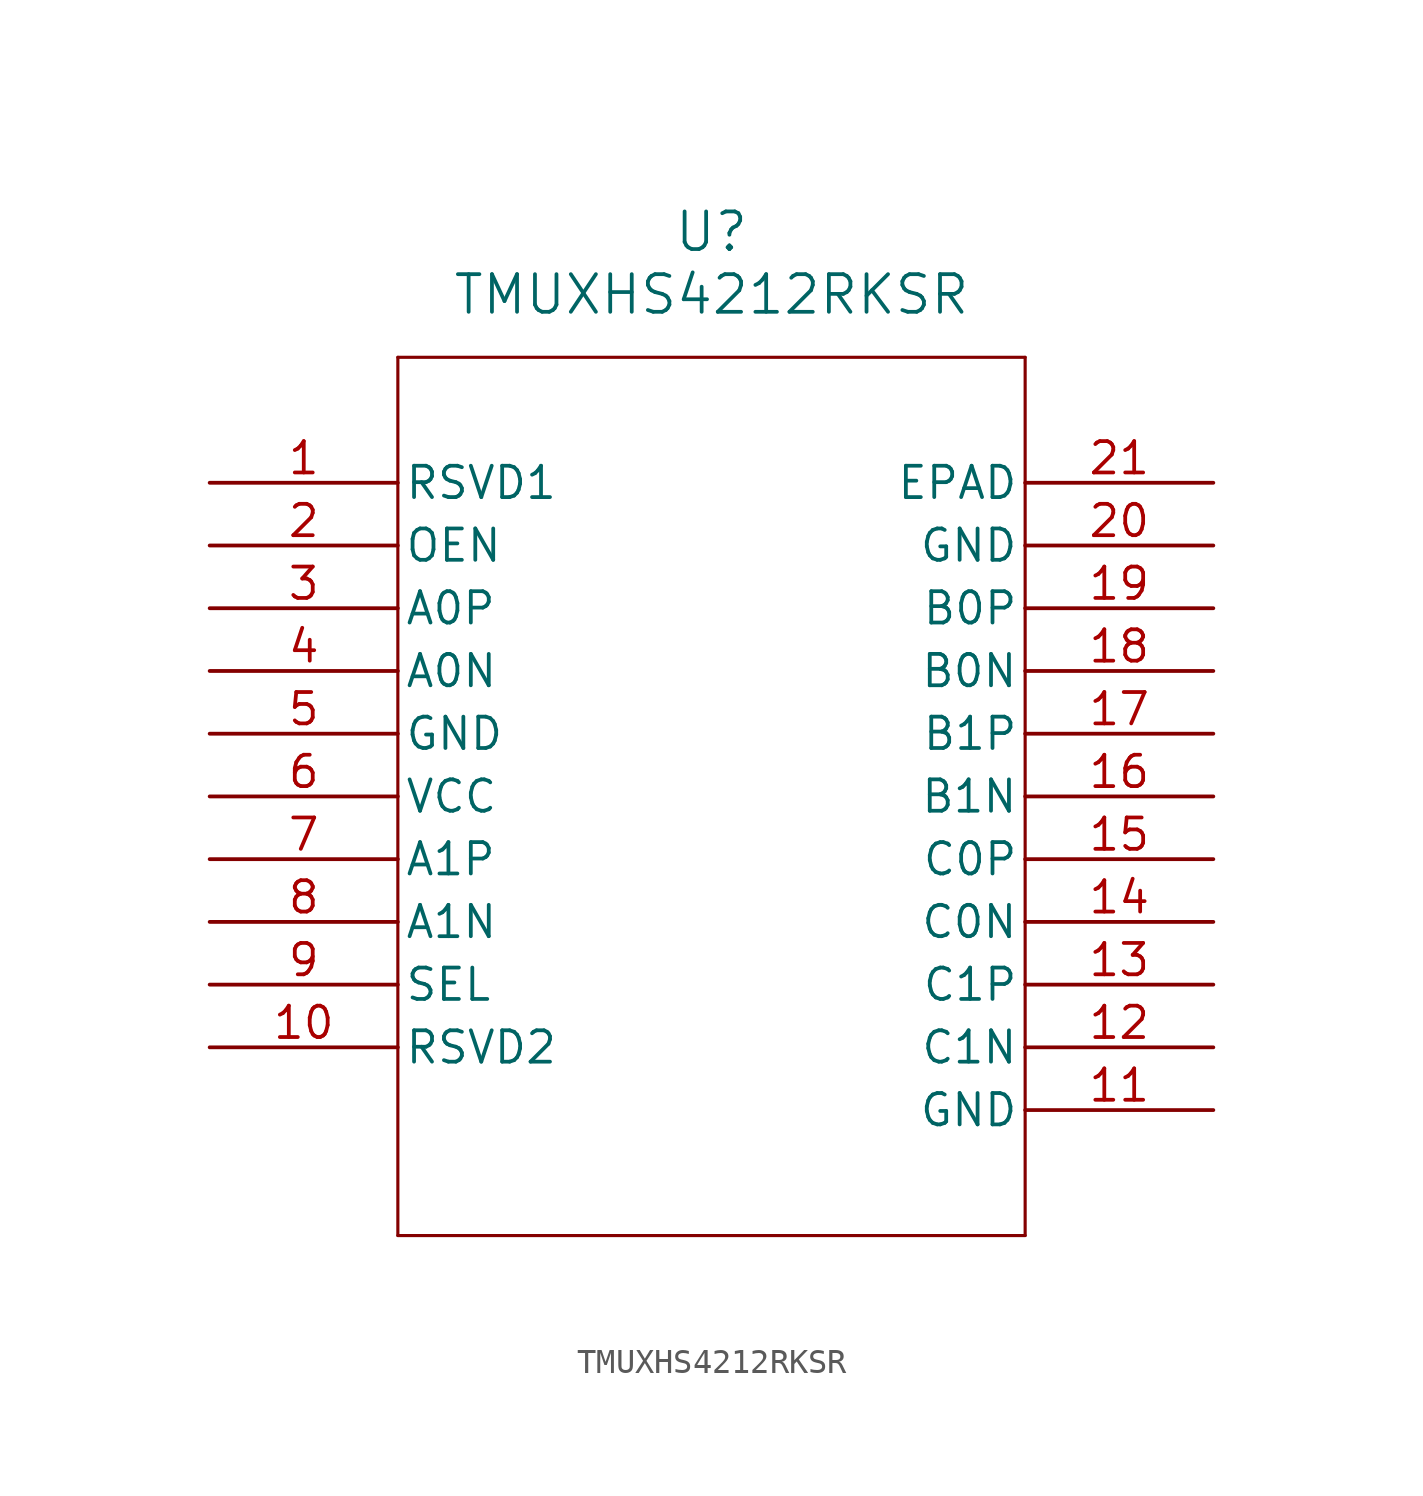
<source format=kicad_sym>
(kicad_symbol_lib
  (version 20211014)
  (generator kicad_symbol_editor)
  (symbol "TMUXHS4212RKSR"
    (pin_names
      (offset 0.254))
    (property "Reference" "U"
      (at 20.32 10.16 0)
      (effects (font (size 1.524 1.524))))
    (property "Value" "TMUXHS4212RKSR"
      (at 20.32 7.62 0)
      (effects (font (size 1.524 1.524))))
    (symbol "TMUXHS4212RKSR_0_1"
      (polyline (pts (xy 7.62 5.08) (xy 7.62 -30.48)) (stroke (width 0.127) (type default) (color 0 0 0 0)) (fill (type none)))
      (polyline (pts (xy 7.62 -30.48) (xy 33.02 -30.48)) (stroke (width 0.127) (type default) (color 0 0 0 0)) (fill (type none)))
      (polyline (pts (xy 33.02 -30.48) (xy 33.02 5.08)) (stroke (width 0.127) (type default) (color 0 0 0 0)) (fill (type none)))
      (polyline (pts (xy 33.02 5.08) (xy 7.62 5.08)) (stroke (width 0.127) (type default) (color 0 0 0 0)) (fill (type none)))
      (pin bidirectional line (at 0 0 0) (length 7.62) (name "RSVD1" (effects (font (size 1.27 1.27)))) (number "1" (effects (font (size 1.27 1.27)))))
      (pin input line (at 0 -2.54 0) (length 7.62) (name "OEN" (effects (font (size 1.27 1.27)))) (number "2" (effects (font (size 1.27 1.27)))))
      (pin bidirectional line (at 0 -5.08 0) (length 7.62) (name "A0P" (effects (font (size 1.27 1.27)))) (number "3" (effects (font (size 1.27 1.27)))))
      (pin bidirectional line (at 0 -7.62 0) (length 7.62) (name "A0N" (effects (font (size 1.27 1.27)))) (number "4" (effects (font (size 1.27 1.27)))))
      (pin power_out line (at 0 -10.16 0) (length 7.62) (name "GND" (effects (font (size 1.27 1.27)))) (number "5" (effects (font (size 1.27 1.27)))))
      (pin power_in line (at 0 -12.7 0) (length 7.62) (name "VCC" (effects (font (size 1.27 1.27)))) (number "6" (effects (font (size 1.27 1.27)))))
      (pin bidirectional line (at 0 -15.24 0) (length 7.62) (name "A1P" (effects (font (size 1.27 1.27)))) (number "7" (effects (font (size 1.27 1.27)))))
      (pin bidirectional line (at 0 -17.78 0) (length 7.62) (name "A1N" (effects (font (size 1.27 1.27)))) (number "8" (effects (font (size 1.27 1.27)))))
      (pin input line (at 0 -20.32 0) (length 7.62) (name "SEL" (effects (font (size 1.27 1.27)))) (number "9" (effects (font (size 1.27 1.27)))))
      (pin bidirectional line (at 0 -22.86 0) (length 7.62) (name "RSVD2" (effects (font (size 1.27 1.27)))) (number "10" (effects (font (size 1.27 1.27)))))
      (pin power_out line (at 40.64 -25.4 180) (length 7.62) (name "GND" (effects (font (size 1.27 1.27)))) (number "11" (effects (font (size 1.27 1.27)))))
      (pin bidirectional line (at 40.64 -22.86 180) (length 7.62) (name "C1N" (effects (font (size 1.27 1.27)))) (number "12" (effects (font (size 1.27 1.27)))))
      (pin bidirectional line (at 40.64 -20.32 180) (length 7.62) (name "C1P" (effects (font (size 1.27 1.27)))) (number "13" (effects (font (size 1.27 1.27)))))
      (pin bidirectional line (at 40.64 -17.78 180) (length 7.62) (name "C0N" (effects (font (size 1.27 1.27)))) (number "14" (effects (font (size 1.27 1.27)))))
      (pin bidirectional line (at 40.64 -15.24 180) (length 7.62) (name "C0P" (effects (font (size 1.27 1.27)))) (number "15" (effects (font (size 1.27 1.27)))))
      (pin bidirectional line (at 40.64 -12.7 180) (length 7.62) (name "B1N" (effects (font (size 1.27 1.27)))) (number "16" (effects (font (size 1.27 1.27)))))
      (pin bidirectional line (at 40.64 -10.16 180) (length 7.62) (name "B1P" (effects (font (size 1.27 1.27)))) (number "17" (effects (font (size 1.27 1.27)))))
      (pin bidirectional line (at 40.64 -7.62 180) (length 7.62) (name "B0N" (effects (font (size 1.27 1.27)))) (number "18" (effects (font (size 1.27 1.27)))))
      (pin bidirectional line (at 40.64 -5.08 180) (length 7.62) (name "B0P" (effects (font (size 1.27 1.27)))) (number "19" (effects (font (size 1.27 1.27)))))
      (pin power_out line (at 40.64 -2.54 180) (length 7.62) (name "GND" (effects (font (size 1.27 1.27)))) (number "20" (effects (font (size 1.27 1.27)))))
      (pin unspecified line (at 40.64 0 180) (length 7.62) (name "EPAD" (effects (font (size 1.27 1.27)))) (number "21" (effects (font (size 1.27 1.27))))))))
</source>
